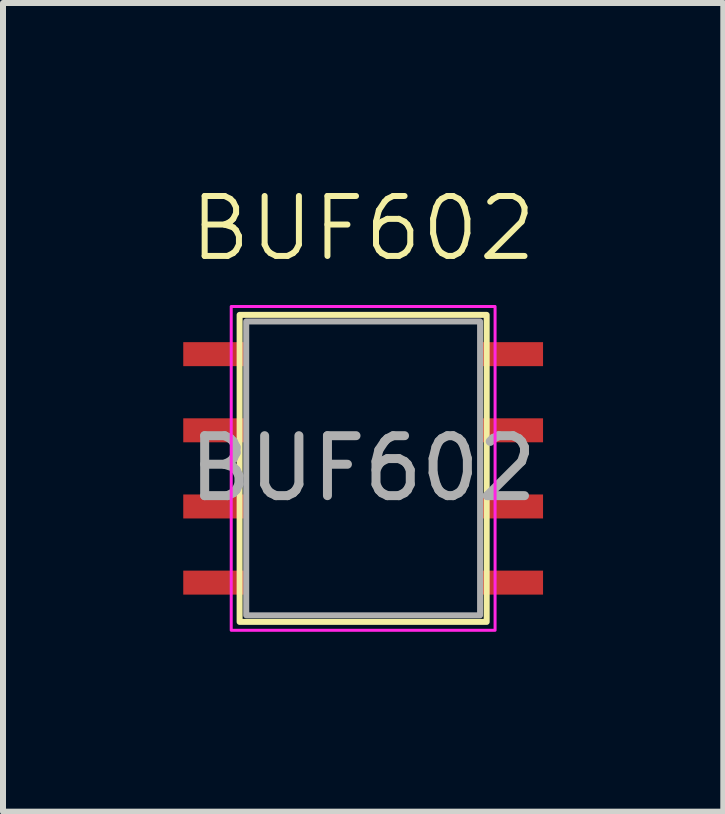
<source format=kicad_pcb>
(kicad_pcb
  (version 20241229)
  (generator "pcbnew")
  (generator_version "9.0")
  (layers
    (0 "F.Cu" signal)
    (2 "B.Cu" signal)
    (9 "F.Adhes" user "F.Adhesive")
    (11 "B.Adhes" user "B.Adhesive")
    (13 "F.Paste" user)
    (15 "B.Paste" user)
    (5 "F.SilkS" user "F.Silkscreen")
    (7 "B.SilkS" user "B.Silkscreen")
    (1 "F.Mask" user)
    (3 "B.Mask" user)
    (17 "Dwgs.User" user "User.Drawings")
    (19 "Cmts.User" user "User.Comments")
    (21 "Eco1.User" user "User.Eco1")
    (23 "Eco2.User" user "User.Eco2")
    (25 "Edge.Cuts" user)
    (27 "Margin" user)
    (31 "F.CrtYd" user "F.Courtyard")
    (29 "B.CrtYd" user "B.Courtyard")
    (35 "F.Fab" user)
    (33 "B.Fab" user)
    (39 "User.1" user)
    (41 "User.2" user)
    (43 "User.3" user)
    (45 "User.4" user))
  (footprint "BUF602"
    (layer "F.Cu")
    (at 3.006 4.761)
    (property "Reference" "BUF602" (at 0 -4 0) (unlocked yes) (layer "F.SilkS") (effects (font (size 1 1) (thickness 0.1))))
    (attr smd)
    (fp_rect (start -2.06 -2.56) (end 2.06 2.56) (stroke (width 0.1) (type default)) (fill no) (layer "F.SilkS"))
    (fp_rect (start -2.2 -2.7) (end 2.2 2.7) (stroke (width 0.05) (type default)) (fill no) (layer "F.CrtYd"))
    (fp_rect (start -1.95 -2.45) (end 1.95 2.45) (stroke (width 0.1) (type default)) (fill no) (layer "F.Fab"))
    (fp_text user "${REFERENCE}" (at 0 0 0) (unlocked yes) (layer "F.Fab") (effects (font (size 1 1) (thickness 0.15))))
    (pad "1" smd rect (at -2.475 -1.905) (size 1.05 0.4) (layers "F.Cu" "F.Mask" "F.Paste"))
    (pad "2" smd rect (at -2.475 -0.635) (size 1.05 0.4) (layers "F.Cu" "F.Mask" "F.Paste"))
    (pad "3" smd rect (at -2.475 0.635) (size 1.05 0.4) (layers "F.Cu" "F.Mask" "F.Paste"))
    (pad "4" smd rect (at -2.475 1.905) (size 1.05 0.4) (layers "F.Cu" "F.Mask" "F.Paste"))
    (pad "5" smd rect (at 2.475 1.905) (size 1.05 0.4) (layers "F.Cu" "F.Mask" "F.Paste"))
    (pad "6" smd rect (at 2.475 0.635) (size 1.05 0.4) (layers "F.Cu" "F.Mask" "F.Paste"))
    (pad "7" smd rect (at 2.475 -0.635) (size 1.05 0.4) (layers "F.Cu" "F.Mask" "F.Paste"))
    (pad "8" smd rect (at 2.475 -1.905) (size 1.05 0.4) (layers "F.Cu" "F.Mask" "F.Paste")))
  (gr_rect
    (start -3 -3)
    (end 9.012 10.486)
    (stroke (width 0.1) (type default))
    (fill no)
    (layer "Edge.Cuts")))
</source>
